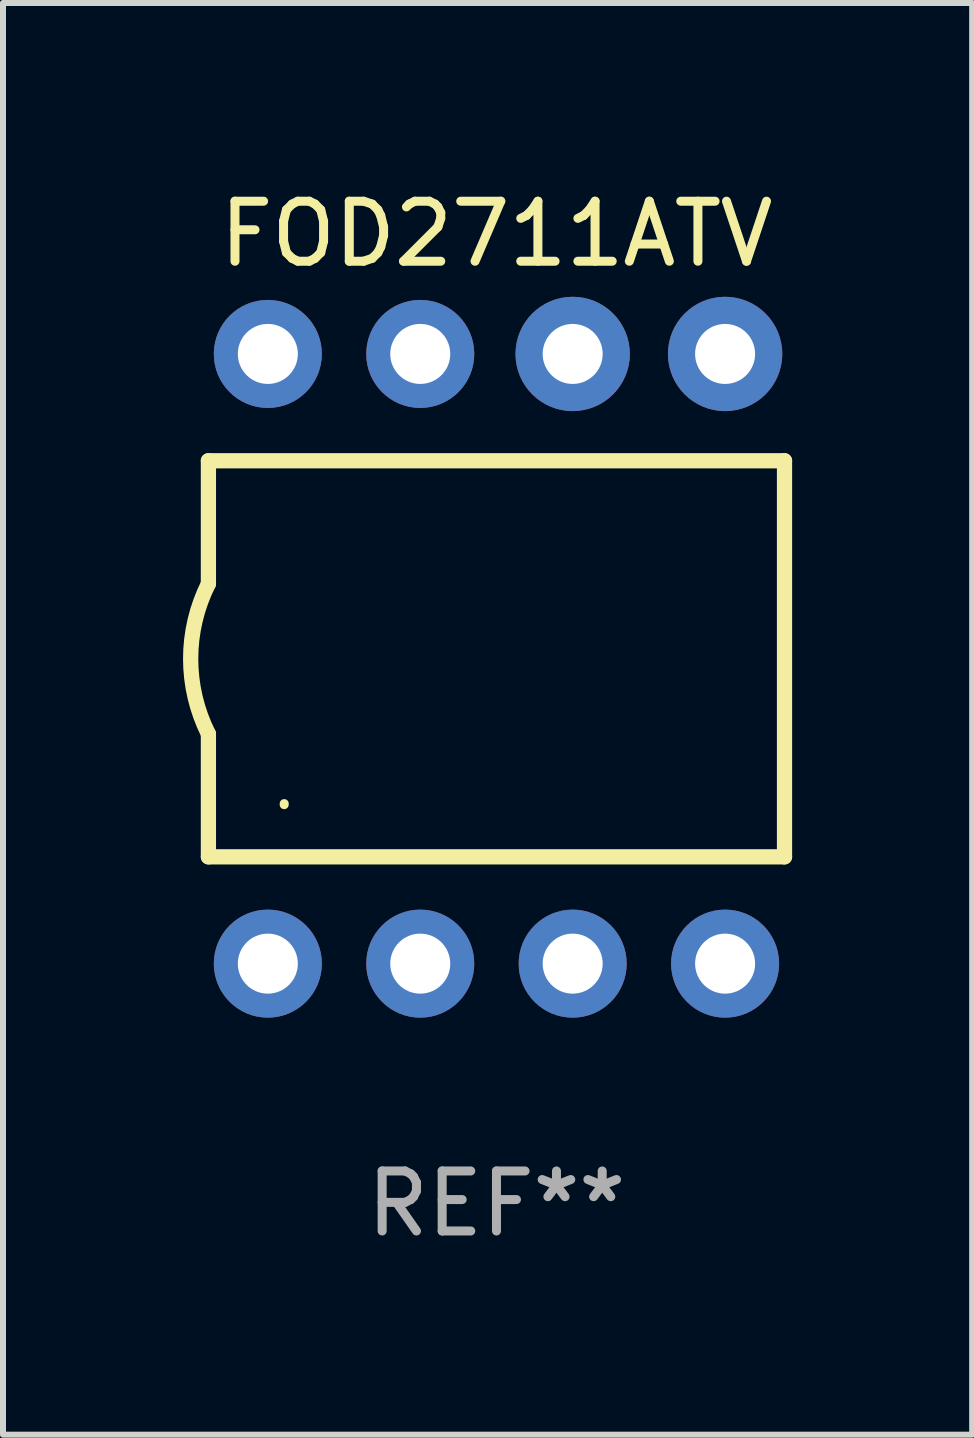
<source format=kicad_pcb>
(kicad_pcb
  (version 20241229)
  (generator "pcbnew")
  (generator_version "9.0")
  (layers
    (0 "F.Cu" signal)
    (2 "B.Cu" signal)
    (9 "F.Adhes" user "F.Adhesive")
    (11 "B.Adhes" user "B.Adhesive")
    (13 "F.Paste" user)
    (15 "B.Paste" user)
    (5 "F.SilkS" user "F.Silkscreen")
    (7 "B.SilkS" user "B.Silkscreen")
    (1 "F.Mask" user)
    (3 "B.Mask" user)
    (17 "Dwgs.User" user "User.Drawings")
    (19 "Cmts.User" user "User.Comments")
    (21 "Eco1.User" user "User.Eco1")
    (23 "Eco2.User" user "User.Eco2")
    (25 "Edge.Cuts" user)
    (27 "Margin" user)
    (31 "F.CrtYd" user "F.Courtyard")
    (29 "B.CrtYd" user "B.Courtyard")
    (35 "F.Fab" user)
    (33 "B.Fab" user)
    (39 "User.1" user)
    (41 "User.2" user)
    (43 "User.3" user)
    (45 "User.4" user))
  (footprint "FOD2711ATV"
    (layer "F.Cu")
    (at 5.223 7.928)
    (property "Reference" "FOD2711ATV" (at 0 -7.08 0) (layer "F.SilkS") (effects (font (size 1 1) (thickness 0.15))))
    (attr through_hole)
    (fp_line (start -4.8 -3.3) (end -4.8 -1.25) (stroke (width 0.254) (type solid)) (layer "F.SilkS"))
    (fp_line (start -4.8 3.3) (end -4.8 1.25) (stroke (width 0.254) (type solid)) (layer "F.SilkS"))
    (fp_line (start 4.8 3.3) (end -4.8 3.3) (stroke (width 0.254) (type solid)) (layer "F.SilkS"))
    (fp_line (start 4.8 -3.3) (end -4.8 -3.3) (stroke (width 0.254) (type solid)) (layer "F.SilkS"))
    (fp_line (start 4.8 -3.3) (end 4.8 3.3) (stroke (width 0.254) (type solid)) (layer "F.SilkS"))
    (fp_arc (start -4.801245 1.249683) (mid -5.095867 -0.000312) (end -4.8 -1.250013) (stroke (width 0.254001) (type solid)) (layer "F.SilkS"))
    (fp_arc (start -3.537414 2.430785) (mid -3.537309 2.421918) (end -3.537008 2.413056) (stroke (width 0.149987) (type solid)) (layer "F.SilkS"))
    (fp_text user "REF**" (at 0 9.08 0) (layer "F.Fab") (effects (font (size 1 1) (thickness 0.15))))
    (pad "1" thru_hole circle (at -3.81 5.08) (size 1.8 1.8) (drill 1) (layers "*.Cu" "*.Mask"))
    (pad "2" thru_hole circle (at -1.27 5.08) (size 1.8 1.8) (drill 1) (layers "*.Cu" "*.Mask"))
    (pad "3" thru_hole circle (at 1.27 5.08) (size 1.8 1.8) (drill 1) (layers "*.Cu" "*.Mask"))
    (pad "4" thru_hole circle (at 3.81 5.08) (size 1.8 1.8) (drill 1) (layers "*.Cu" "*.Mask"))
    (pad "5" thru_hole circle (at 3.81 -5.08) (size 1.905 1.905) (drill 1) (layers "*.Cu" "*.Mask"))
    (pad "6" thru_hole circle (at 1.27 -5.08) (size 1.905 1.905) (drill 1) (layers "*.Cu" "*.Mask"))
    (pad "7" thru_hole circle (at -1.27 -5.08) (size 1.8 1.8) (drill 1) (layers "*.Cu" "*.Mask"))
    (pad "8" thru_hole circle (at -3.81 -5.08) (size 1.8 1.8) (drill 1) (layers "*.Cu" "*.Mask")))
  (gr_rect
    (start -3 -3)
    (end 13.15 20.857)
    (stroke (width 0.1) (type default))
    (fill no)
    (layer "Edge.Cuts")))
</source>
